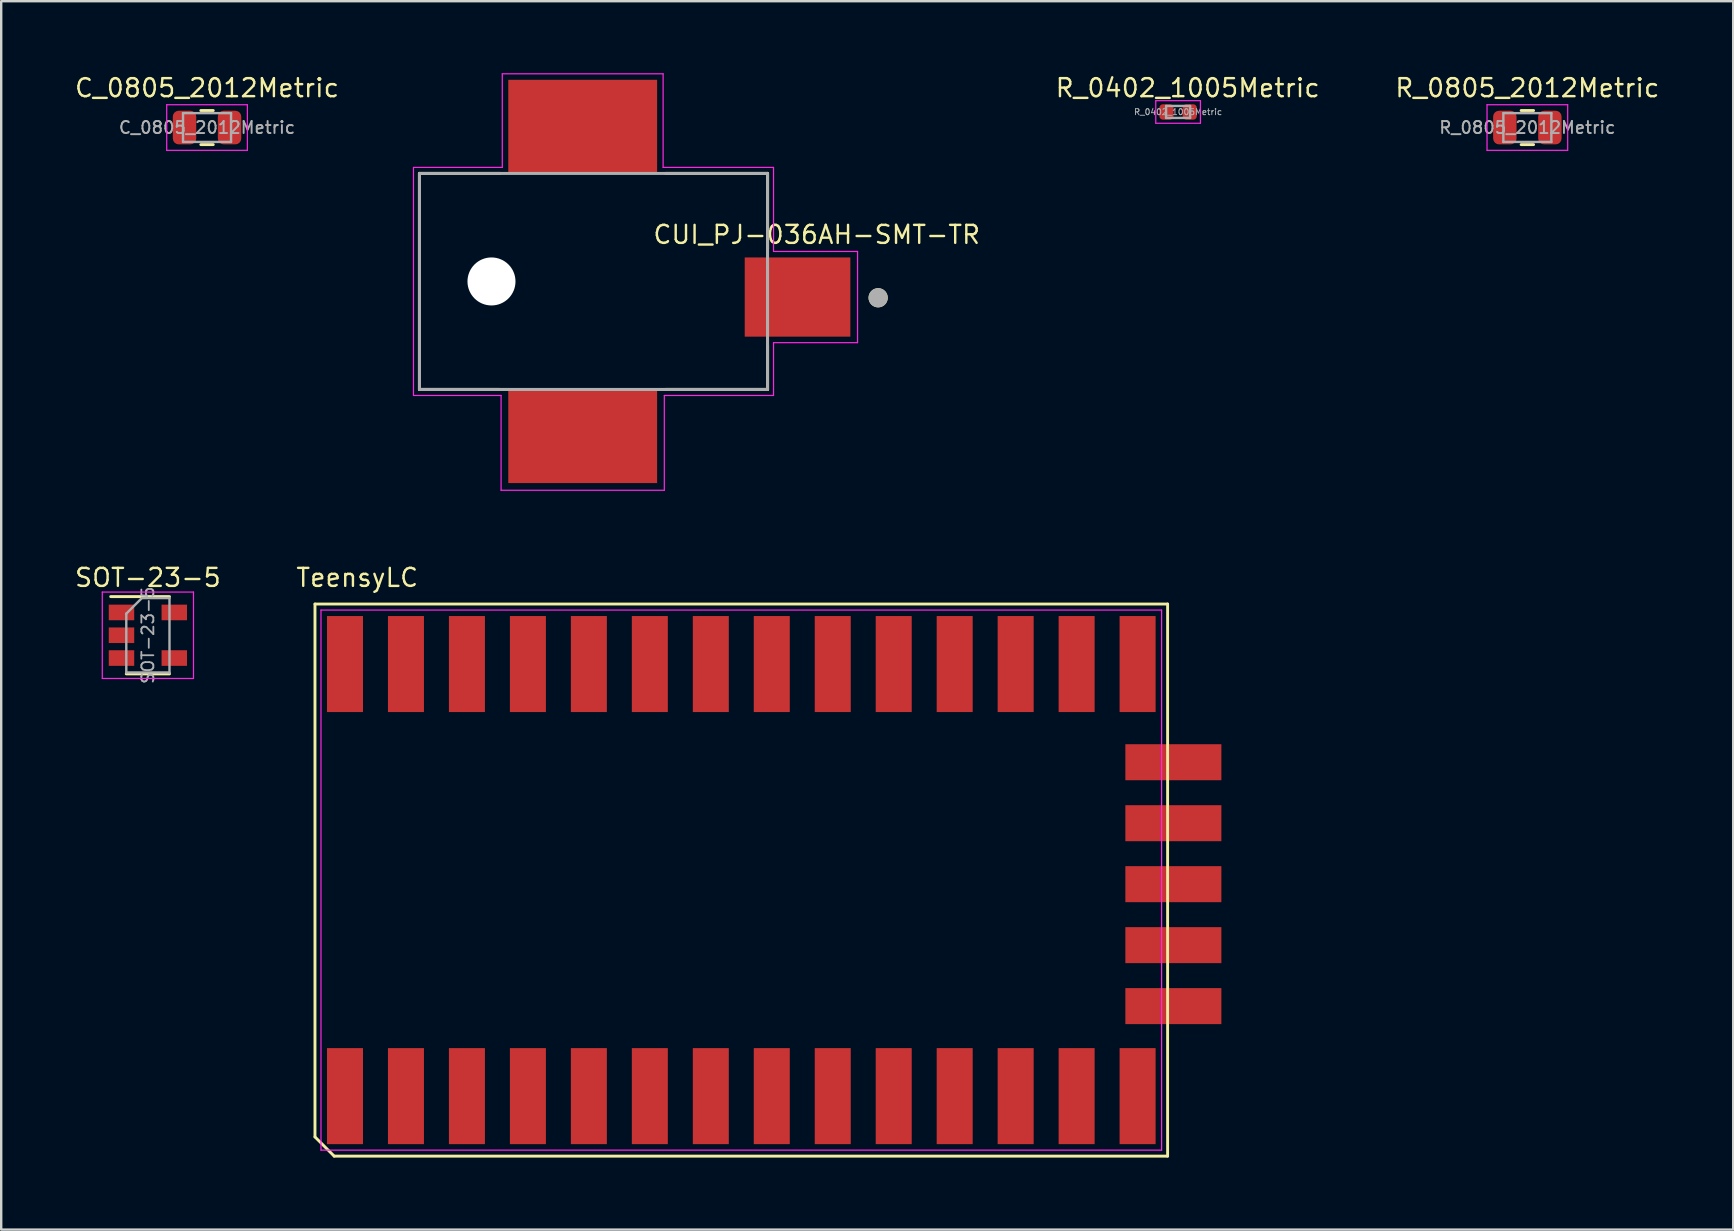
<source format=kicad_pcb>
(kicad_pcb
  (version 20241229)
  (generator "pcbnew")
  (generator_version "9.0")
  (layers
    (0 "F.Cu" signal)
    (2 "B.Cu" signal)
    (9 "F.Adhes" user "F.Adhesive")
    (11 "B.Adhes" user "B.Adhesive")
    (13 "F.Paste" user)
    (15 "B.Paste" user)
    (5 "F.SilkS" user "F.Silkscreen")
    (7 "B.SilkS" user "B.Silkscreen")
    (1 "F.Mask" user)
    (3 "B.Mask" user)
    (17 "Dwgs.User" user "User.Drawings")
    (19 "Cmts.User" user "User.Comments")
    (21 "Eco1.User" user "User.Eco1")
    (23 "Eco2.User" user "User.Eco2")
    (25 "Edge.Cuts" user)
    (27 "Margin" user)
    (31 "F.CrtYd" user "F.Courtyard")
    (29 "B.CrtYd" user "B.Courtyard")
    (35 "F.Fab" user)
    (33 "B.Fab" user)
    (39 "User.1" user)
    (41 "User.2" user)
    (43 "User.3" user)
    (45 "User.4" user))
  (footprint "CUI_PJ-036AH-SMT-TR"
    (layer "F.Cu")
    (at 30.175 9.325)
    (property "Reference" "CUI_PJ-036AH-SMT-TR" (at 0.8 -2.6 0) (layer "F.SilkS") (effects (font (size 0.75 0.75) (thickness 0.1))))
    (attr through_hole)
    (fp_line (start -15.75 -5.15) (end -15.75 3.85) (stroke (width 0.127) (type solid)) (layer "F.SilkS"))
    (fp_line (start -15.75 3.85) (end -12.4 3.85) (stroke (width 0.127) (type solid)) (layer "F.SilkS"))
    (fp_line (start -12.4 -5.15) (end -15.75 -5.15) (stroke (width 0.127) (type solid)) (layer "F.SilkS"))
    (fp_line (start -5.5 3.85) (end -1.25 3.85) (stroke (width 0.127) (type solid)) (layer "F.SilkS"))
    (fp_line (start -1.25 -5.15) (end -5.5 -5.15) (stroke (width 0.127) (type solid)) (layer "F.SilkS"))
    (fp_line (start -1.25 -2) (end -1.25 -5.15) (stroke (width 0.127) (type solid)) (layer "F.SilkS"))
    (fp_line (start -1.25 3.85) (end -1.25 2) (stroke (width 0.127) (type solid)) (layer "F.SilkS"))
    (fp_circle (center 3.358 0.03) (end 3.558 0.03) (stroke (width 0.4) (type solid)) (fill no) (layer "F.SilkS"))
    (fp_line (start -16 -5.4) (end -16 4.1) (stroke (width 0.05) (type solid)) (layer "F.CrtYd"))
    (fp_line (start -16 4.1) (end -12.35 4.1) (stroke (width 0.05) (type solid)) (layer "F.CrtYd"))
    (fp_line (start -12.35 4.1) (end -12.35 8.05) (stroke (width 0.05) (type solid)) (layer "F.CrtYd"))
    (fp_line (start -12.35 8.05) (end -5.55 8.05) (stroke (width 0.05) (type solid)) (layer "F.CrtYd"))
    (fp_line (start -12.3 -9.3) (end -5.6 -9.3) (stroke (width 0.05) (type solid)) (layer "F.CrtYd"))
    (fp_line (start -12.3 -5.4) (end -16 -5.4) (stroke (width 0.05) (type solid)) (layer "F.CrtYd"))
    (fp_line (start -12.3 -5.4) (end -12.3 -9.3) (stroke (width 0.05) (type solid)) (layer "F.CrtYd"))
    (fp_line (start -5.6 -9.3) (end -5.6 -5.4) (stroke (width 0.05) (type solid)) (layer "F.CrtYd"))
    (fp_line (start -5.55 4.1) (end -1 4.1) (stroke (width 0.05) (type solid)) (layer "F.CrtYd"))
    (fp_line (start -5.55 8.05) (end -5.55 4.1) (stroke (width 0.05) (type solid)) (layer "F.CrtYd"))
    (fp_line (start -1 -5.4) (end -5.6 -5.4) (stroke (width 0.05) (type solid)) (layer "F.CrtYd"))
    (fp_line (start -1 -1.9) (end -1 -5.4) (stroke (width 0.05) (type solid)) (layer "F.CrtYd"))
    (fp_line (start -1 -1.9) (end 2.5 -1.9) (stroke (width 0.05) (type solid)) (layer "F.CrtYd"))
    (fp_line (start -1 4.1) (end -1 1.9) (stroke (width 0.05) (type solid)) (layer "F.CrtYd"))
    (fp_line (start 2.5 -1.9) (end 2.5 1.9) (stroke (width 0.05) (type solid)) (layer "F.CrtYd"))
    (fp_line (start 2.5 1.9) (end -1 1.9) (stroke (width 0.05) (type solid)) (layer "F.CrtYd"))
    (fp_line (start -15.75 -5.15) (end -15.75 3.85) (stroke (width 0.127) (type solid)) (layer "F.Fab"))
    (fp_line (start -15.75 3.85) (end -1.25 3.85) (stroke (width 0.127) (type solid)) (layer "F.Fab"))
    (fp_line (start -1.25 -5.15) (end -15.75 -5.15) (stroke (width 0.127) (type solid)) (layer "F.Fab"))
    (fp_line (start -1.25 3.85) (end -1.25 -5.15) (stroke (width 0.127) (type solid)) (layer "F.Fab"))
    (fp_circle (center 3.358 0.03) (end 3.558 0.03) (stroke (width 0.4) (type solid)) (fill no) (layer "F.Fab"))
    (pad "" np_thru_hole circle (at -12.75 -0.65) (size 2 2) (drill 2) (layers "*.Cu" "*.Mask"))
    (pad "1" smd rect (at 0 0 90) (size 3.3 4.4) (layers "F.Cu" "F.Mask" "F.Paste"))
    (pad "2" smd rect (at -8.95 -7.1 180) (size 6.2 3.9) (layers "F.Cu" "F.Mask" "F.Paste"))
    (pad "3" smd rect (at -8.95 5.8) (size 6.2 3.9) (layers "F.Cu" "F.Mask" "F.Paste")))
  (footprint "TeensyLC"
    (layer "F.Cu")
    (at 27.832 33.614)
    (property "Reference" "TeensyLC" (at -16 -12.6 180) (layer "F.SilkS") (effects (font (size 0.75 0.75) (thickness 0.1))))
    (attr smd)
    (fp_line (start -17.76 -11.5) (end 17.76 -11.5) (stroke (width 0.12) (type solid)) (layer "F.SilkS"))
    (fp_line (start -17.76 10.7) (end -17.76 -11.5) (stroke (width 0.12) (type solid)) (layer "F.SilkS"))
    (fp_line (start -16.96 11.5) (end -17.76 10.7) (stroke (width 0.12) (type solid)) (layer "F.SilkS"))
    (fp_line (start 17.76 -11.5) (end 17.76 11.5) (stroke (width 0.12) (type solid)) (layer "F.SilkS"))
    (fp_line (start 17.76 11.5) (end -16.96 11.5) (stroke (width 0.12) (type solid)) (layer "F.SilkS"))
    (fp_line (start -17.51 -11.25) (end 17.51 -11.25) (stroke (width 0.05) (type solid)) (layer "F.CrtYd"))
    (fp_line (start -17.51 11.25) (end -17.51 -11.25) (stroke (width 0.05) (type solid)) (layer "F.CrtYd"))
    (fp_line (start 17.51 -11.25) (end 17.51 11.25) (stroke (width 0.05) (type solid)) (layer "F.CrtYd"))
    (fp_line (start 17.51 11.25) (end -17.51 11.25) (stroke (width 0.05) (type solid)) (layer "F.CrtYd"))
    (pad "0" smd rect (at -13.97 9) (size 1.5 4) (layers "F.Cu" "F.Mask" "F.Paste"))
    (pad "1" smd rect (at -11.43 9) (size 1.5 4) (layers "F.Cu" "F.Mask" "F.Paste"))
    (pad "2" smd rect (at -8.89 9) (size 1.5 4) (layers "F.Cu" "F.Mask" "F.Paste"))
    (pad "3" smd rect (at -6.35 9) (size 1.5 4) (layers "F.Cu" "F.Mask" "F.Paste"))
    (pad "4" smd rect (at -3.81 9) (size 1.5 4) (layers "F.Cu" "F.Mask" "F.Paste"))
    (pad "5" smd rect (at -1.27 9) (size 1.5 4) (layers "F.Cu" "F.Mask" "F.Paste"))
    (pad "6" smd rect (at 1.27 9) (size 1.5 4) (layers "F.Cu" "F.Mask" "F.Paste"))
    (pad "7" smd rect (at 3.81 9) (size 1.5 4) (layers "F.Cu" "F.Mask" "F.Paste"))
    (pad "8" smd rect (at 6.35 9) (size 1.5 4) (layers "F.Cu" "F.Mask" "F.Paste"))
    (pad "9" smd rect (at 8.89 9) (size 1.5 4) (layers "F.Cu" "F.Mask" "F.Paste"))
    (pad "10" smd rect (at 11.43 9) (size 1.5 4) (layers "F.Cu" "F.Mask" "F.Paste"))
    (pad "11" smd rect (at 13.97 9) (size 1.5 4) (layers "F.Cu" "F.Mask" "F.Paste"))
    (pad "12" smd rect (at 16.51 9) (size 1.5 4) (layers "F.Cu" "F.Mask" "F.Paste"))
    (pad "13" smd rect (at 16.51 -9) (size 1.5 4) (layers "F.Cu" "F.Mask" "F.Paste"))
    (pad "14" smd rect (at 13.97 -9) (size 1.5 4) (layers "F.Cu" "F.Mask" "F.Paste"))
    (pad "15" smd rect (at 11.43 -9) (size 1.5 4) (layers "F.Cu" "F.Mask" "F.Paste"))
    (pad "16" smd rect (at 8.89 -9) (size 1.5 4) (layers "F.Cu" "F.Mask" "F.Paste"))
    (pad "17" smd rect (at 6.35 -9) (size 1.5 4) (layers "F.Cu" "F.Mask" "F.Paste"))
    (pad "17_5V" smd rect (at 18 5.25 90) (size 1.5 4) (layers "F.Cu" "F.Mask" "F.Paste"))
    (pad "18" smd rect (at 3.81 -9) (size 1.5 4) (layers "F.Cu" "F.Mask" "F.Paste"))
    (pad "19" smd rect (at 1.27 -9) (size 1.5 4) (layers "F.Cu" "F.Mask" "F.Paste"))
    (pad "20" smd rect (at -1.27 -9) (size 1.5 4) (layers "F.Cu" "F.Mask" "F.Paste"))
    (pad "21" smd rect (at -3.81 -9) (size 1.5 4) (layers "F.Cu" "F.Mask" "F.Paste"))
    (pad "22" smd rect (at -6.35 -9) (size 1.5 4) (layers "F.Cu" "F.Mask" "F.Paste"))
    (pad "23" smd rect (at -8.89 -9) (size 1.5 4) (layers "F.Cu" "F.Mask" "F.Paste"))
    (pad "26" smd rect (at 18 -4.91 90) (size 1.5 4) (layers "F.Cu" "F.Mask" "F.Paste"))
    (pad "33Va" smd rect (at -11.43 -9) (size 1.5 4) (layers "F.Cu" "F.Mask" "F.Paste"))
    (pad "33Vb" smd rect (at 18 2.71 90) (size 1.5 4) (layers "F.Cu" "F.Mask" "F.Paste"))
    (pad "GNDa" smd rect (at -16.51 9) (size 1.5 4) (layers "F.Cu" "F.Mask" "F.Paste"))
    (pad "GNDb" smd rect (at 18 0.17 90) (size 1.5 4) (layers "F.Cu" "F.Mask" "F.Paste"))
    (pad "GNDc" smd rect (at -13.97 -9) (size 1.5 4) (layers "F.Cu" "F.Mask" "F.Paste"))
    (pad "PRG" smd rect (at 18 -2.37 90) (size 1.5 4) (layers "F.Cu" "F.Mask" "F.Paste"))
    (pad "VIN" smd rect (at -16.51 -9) (size 1.5 4) (layers "F.Cu" "F.Mask" "F.Paste")))
  (footprint "R_0805_2012Metric"
    (layer "F.Cu")
    (at 60.579 2.264)
    (property "Reference" "R_0805_2012Metric" (at 0 -1.65 0) (layer "F.SilkS") (effects (font (size 0.75 0.75) (thickness 0.1))))
    (attr smd)
    (fp_line (start -0.259 -0.71) (end 0.259 -0.71) (stroke (width 0.12) (type solid)) (layer "F.SilkS"))
    (fp_line (start -0.259 0.71) (end 0.259 0.71) (stroke (width 0.12) (type solid)) (layer "F.SilkS"))
    (fp_line (start -1.68 -0.95) (end 1.68 -0.95) (stroke (width 0.05) (type solid)) (layer "F.CrtYd"))
    (fp_line (start -1.68 0.95) (end -1.68 -0.95) (stroke (width 0.05) (type solid)) (layer "F.CrtYd"))
    (fp_line (start 1.68 -0.95) (end 1.68 0.95) (stroke (width 0.05) (type solid)) (layer "F.CrtYd"))
    (fp_line (start 1.68 0.95) (end -1.68 0.95) (stroke (width 0.05) (type solid)) (layer "F.CrtYd"))
    (fp_line (start -1 -0.6) (end 1 -0.6) (stroke (width 0.1) (type solid)) (layer "F.Fab"))
    (fp_line (start -1 0.6) (end -1 -0.6) (stroke (width 0.1) (type solid)) (layer "F.Fab"))
    (fp_line (start 1 -0.6) (end 1 0.6) (stroke (width 0.1) (type solid)) (layer "F.Fab"))
    (fp_line (start 1 0.6) (end -1 0.6) (stroke (width 0.1) (type solid)) (layer "F.Fab"))
    (fp_text user "${REFERENCE}" (at 0 0 0) (layer "F.Fab") (effects (font (size 0.5 0.5) (thickness 0.08))))
    (pad "1" smd roundrect (at -0.938 0) (size 0.975 1.4) (layers "F.Cu" "F.Mask" "F.Paste") (roundrect_rratio 0.25))
    (pad "2" smd roundrect (at 0.938 0) (size 0.975 1.4) (layers "F.Cu" "F.Mask" "F.Paste") (roundrect_rratio 0.25)))
  (footprint "R_0402_1005Metric"
    (layer "F.Cu")
    (at 46.029 1.614)
    (property "Reference" "R_0402_1005Metric" (at 0.4 -1 0) (layer "F.SilkS") (effects (font (size 0.75 0.75) (thickness 0.1))))
    (attr smd)
    (fp_line (start -0.93 -0.47) (end 0.93 -0.47) (stroke (width 0.05) (type solid)) (layer "F.CrtYd"))
    (fp_line (start -0.93 0.47) (end -0.93 -0.47) (stroke (width 0.05) (type solid)) (layer "F.CrtYd"))
    (fp_line (start 0.93 -0.47) (end 0.93 0.47) (stroke (width 0.05) (type solid)) (layer "F.CrtYd"))
    (fp_line (start 0.93 0.47) (end -0.93 0.47) (stroke (width 0.05) (type solid)) (layer "F.CrtYd"))
    (fp_line (start -0.5 -0.25) (end 0.5 -0.25) (stroke (width 0.1) (type solid)) (layer "F.Fab"))
    (fp_line (start -0.5 0.25) (end -0.5 -0.25) (stroke (width 0.1) (type solid)) (layer "F.Fab"))
    (fp_line (start 0.5 -0.25) (end 0.5 0.25) (stroke (width 0.1) (type solid)) (layer "F.Fab"))
    (fp_line (start 0.5 0.25) (end -0.5 0.25) (stroke (width 0.1) (type solid)) (layer "F.Fab"))
    (fp_text user "${REFERENCE}" (at 0 0 0) (layer "F.Fab") (effects (font (size 0.25 0.25) (thickness 0.04))))
    (pad "1" smd roundrect (at -0.485 0) (size 0.59 0.64) (layers "F.Cu" "F.Mask" "F.Paste") (roundrect_rratio 0.25))
    (pad "2" smd roundrect (at 0.485 0) (size 0.59 0.64) (layers "F.Cu" "F.Mask" "F.Paste") (roundrect_rratio 0.25)))
  (footprint "SOT-23-5"
    (layer "F.Cu")
    (at 3.111 23.414)
    (property "Reference" "SOT-23-5" (at 0 -2.4 0) (layer "F.SilkS") (effects (font (size 0.75 0.75) (thickness 0.1))))
    (attr smd)
    (fp_line (start -0.9 1.61) (end 0.9 1.61) (stroke (width 0.12) (type solid)) (layer "F.SilkS"))
    (fp_line (start 0.9 -1.61) (end -1.55 -1.61) (stroke (width 0.12) (type solid)) (layer "F.SilkS"))
    (fp_line (start -1.9 -1.8) (end 1.9 -1.8) (stroke (width 0.05) (type solid)) (layer "F.CrtYd"))
    (fp_line (start -1.9 1.8) (end -1.9 -1.8) (stroke (width 0.05) (type solid)) (layer "F.CrtYd"))
    (fp_line (start 1.9 -1.8) (end 1.9 1.8) (stroke (width 0.05) (type solid)) (layer "F.CrtYd"))
    (fp_line (start 1.9 1.8) (end -1.9 1.8) (stroke (width 0.05) (type solid)) (layer "F.CrtYd"))
    (fp_line (start -0.9 -0.9) (end -0.9 1.55) (stroke (width 0.1) (type solid)) (layer "F.Fab"))
    (fp_line (start -0.9 -0.9) (end -0.25 -1.55) (stroke (width 0.1) (type solid)) (layer "F.Fab"))
    (fp_line (start 0.9 -1.55) (end -0.25 -1.55) (stroke (width 0.1) (type solid)) (layer "F.Fab"))
    (fp_line (start 0.9 -1.55) (end 0.9 1.55) (stroke (width 0.1) (type solid)) (layer "F.Fab"))
    (fp_line (start 0.9 1.55) (end -0.9 1.55) (stroke (width 0.1) (type solid)) (layer "F.Fab"))
    (fp_text user "${REFERENCE}" (at 0 0 90) (layer "F.Fab") (effects (font (size 0.5 0.5) (thickness 0.075))))
    (pad "1" smd rect (at -1.1 -0.95) (size 1.06 0.65) (layers "F.Cu" "F.Mask" "F.Paste"))
    (pad "2" smd rect (at -1.1 0) (size 1.06 0.65) (layers "F.Cu" "F.Mask" "F.Paste"))
    (pad "3" smd rect (at -1.1 0.95) (size 1.06 0.65) (layers "F.Cu" "F.Mask" "F.Paste"))
    (pad "4" smd rect (at 1.1 0.95) (size 1.06 0.65) (layers "F.Cu" "F.Mask" "F.Paste"))
    (pad "5" smd rect (at 1.1 -0.95) (size 1.06 0.65) (layers "F.Cu" "F.Mask" "F.Paste")))
  (footprint "C_0805_2012Metric"
    (layer "F.Cu")
    (at 5.575 2.264)
    (property "Reference" "C_0805_2012Metric" (at 0 -1.65 0) (layer "F.SilkS") (effects (font (size 0.75 0.75) (thickness 0.1))))
    (attr smd)
    (fp_line (start -0.259 -0.71) (end 0.259 -0.71) (stroke (width 0.12) (type solid)) (layer "F.SilkS"))
    (fp_line (start -0.259 0.71) (end 0.259 0.71) (stroke (width 0.12) (type solid)) (layer "F.SilkS"))
    (fp_line (start -1.68 -0.95) (end 1.68 -0.95) (stroke (width 0.05) (type solid)) (layer "F.CrtYd"))
    (fp_line (start -1.68 0.95) (end -1.68 -0.95) (stroke (width 0.05) (type solid)) (layer "F.CrtYd"))
    (fp_line (start 1.68 -0.95) (end 1.68 0.95) (stroke (width 0.05) (type solid)) (layer "F.CrtYd"))
    (fp_line (start 1.68 0.95) (end -1.68 0.95) (stroke (width 0.05) (type solid)) (layer "F.CrtYd"))
    (fp_line (start -1 -0.6) (end 1 -0.6) (stroke (width 0.1) (type solid)) (layer "F.Fab"))
    (fp_line (start -1 0.6) (end -1 -0.6) (stroke (width 0.1) (type solid)) (layer "F.Fab"))
    (fp_line (start 1 -0.6) (end 1 0.6) (stroke (width 0.1) (type solid)) (layer "F.Fab"))
    (fp_line (start 1 0.6) (end -1 0.6) (stroke (width 0.1) (type solid)) (layer "F.Fab"))
    (fp_text user "${REFERENCE}" (at 0 0 0) (layer "F.Fab") (effects (font (size 0.5 0.5) (thickness 0.08))))
    (pad "1" smd roundrect (at -0.938 0) (size 0.975 1.4) (layers "F.Cu" "F.Mask" "F.Paste") (roundrect_rratio 0.25))
    (pad "2" smd roundrect (at 0.938 0) (size 0.975 1.4) (layers "F.Cu" "F.Mask" "F.Paste") (roundrect_rratio 0.25)))
  (gr_rect
    (start -3 -3)
    (end 69.154 48.174)
    (stroke (width 0.1) (type default))
    (fill no)
    (layer "Edge.Cuts")))
</source>
